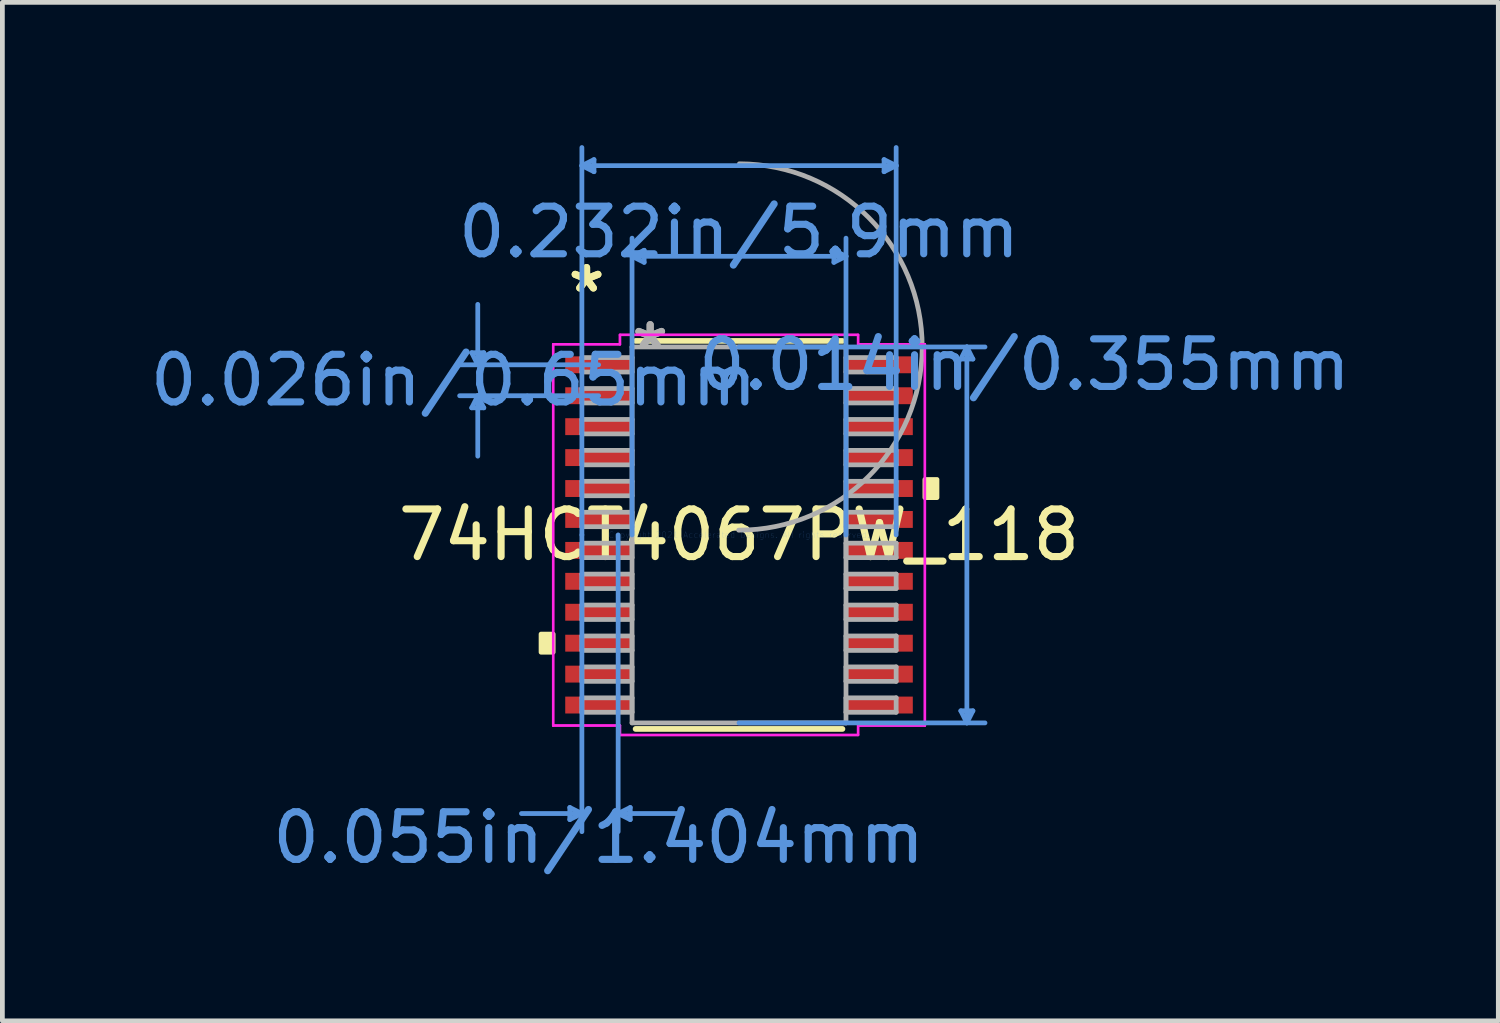
<source format=kicad_pcb>
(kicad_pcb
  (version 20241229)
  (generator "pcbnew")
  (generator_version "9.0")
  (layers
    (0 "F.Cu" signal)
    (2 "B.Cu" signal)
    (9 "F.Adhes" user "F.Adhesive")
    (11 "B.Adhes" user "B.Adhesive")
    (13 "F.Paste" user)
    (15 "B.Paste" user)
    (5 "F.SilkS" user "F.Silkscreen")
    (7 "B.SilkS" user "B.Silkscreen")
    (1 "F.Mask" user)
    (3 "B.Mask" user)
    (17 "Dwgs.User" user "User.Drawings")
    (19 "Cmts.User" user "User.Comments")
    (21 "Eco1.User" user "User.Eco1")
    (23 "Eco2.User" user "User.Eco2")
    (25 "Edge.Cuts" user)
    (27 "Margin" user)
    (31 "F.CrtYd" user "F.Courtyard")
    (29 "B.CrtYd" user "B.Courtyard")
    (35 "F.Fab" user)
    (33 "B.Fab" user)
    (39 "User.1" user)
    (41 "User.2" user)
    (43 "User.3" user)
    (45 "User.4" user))
  (footprint "74HCT4067PW_118"
    (layer "F.Cu")
    (at 12.48 8.191)
    (property "Reference" "74HCT4067PW_118" (at 0 0 0) (layer "F.SilkS") (effects (font (size 1 1) (thickness 0.15))))
    (attr through_hole)
    (fp_line (start -2.173 4.077) (end 2.173 4.077) (stroke (width 0.12) (type solid)) (layer "F.SilkS"))
    (fp_line (start 2.173 -4.077) (end -2.173 -4.077) (stroke (width 0.12) (type solid)) (layer "F.SilkS"))
    (fp_poly (pts (xy -4.16 2.084) (xy -4.16 2.465) (xy -3.906 2.465) (xy -3.906 2.084)) (stroke (width 0.1) (type solid)) (fill yes) (layer "F.SilkS"))
    (fp_poly (pts (xy 4.16 -1.165) (xy 4.16 -0.784) (xy 3.906 -0.784) (xy 3.906 -1.165)) (stroke (width 0.1) (type solid)) (fill yes) (layer "F.SilkS"))
    (fp_line (start -5.617 -3.829) (end -5.363 -3.829) (stroke (width 0.1) (type solid)) (layer "Cmts.User"))
    (fp_line (start -5.617 -2.671) (end -5.363 -2.671) (stroke (width 0.1) (type solid)) (layer "Cmts.User"))
    (fp_line (start -5.49 -3.575) (end -5.617 -3.829) (stroke (width 0.1) (type solid)) (layer "Cmts.User"))
    (fp_line (start -5.49 -3.575) (end -5.49 -4.845) (stroke (width 0.1) (type solid)) (layer "Cmts.User"))
    (fp_line (start -5.49 -3.575) (end -5.363 -3.829) (stroke (width 0.1) (type solid)) (layer "Cmts.User"))
    (fp_line (start -5.49 -2.925) (end -5.617 -2.671) (stroke (width 0.1) (type solid)) (layer "Cmts.User"))
    (fp_line (start -5.49 -2.925) (end -5.49 -1.655) (stroke (width 0.1) (type solid)) (layer "Cmts.User"))
    (fp_line (start -5.49 -2.925) (end -5.363 -2.671) (stroke (width 0.1) (type solid)) (layer "Cmts.User"))
    (fp_line (start -3.556 5.728) (end -3.556 5.982) (stroke (width 0.1) (type solid)) (layer "Cmts.User"))
    (fp_line (start -3.302 -7.76) (end -3.048 -7.887) (stroke (width 0.1) (type solid)) (layer "Cmts.User"))
    (fp_line (start -3.302 -7.76) (end -3.048 -7.633) (stroke (width 0.1) (type solid)) (layer "Cmts.User"))
    (fp_line (start -3.302 -7.76) (end 3.302 -7.76) (stroke (width 0.1) (type solid)) (layer "Cmts.User"))
    (fp_line (start -3.302 0) (end -3.302 -8.141) (stroke (width 0.1) (type solid)) (layer "Cmts.User"))
    (fp_line (start -3.302 0) (end -3.302 6.236) (stroke (width 0.1) (type solid)) (layer "Cmts.User"))
    (fp_line (start -3.302 5.855) (end -4.572 5.855) (stroke (width 0.1) (type solid)) (layer "Cmts.User"))
    (fp_line (start -3.302 5.855) (end -3.556 5.728) (stroke (width 0.1) (type solid)) (layer "Cmts.User"))
    (fp_line (start -3.302 5.855) (end -3.556 5.982) (stroke (width 0.1) (type solid)) (layer "Cmts.User"))
    (fp_line (start -3.048 -7.887) (end -3.048 -7.633) (stroke (width 0.1) (type solid)) (layer "Cmts.User"))
    (fp_line (start -2.95 -3.575) (end -5.871 -3.575) (stroke (width 0.1) (type solid)) (layer "Cmts.User"))
    (fp_line (start -2.95 -2.925) (end -5.871 -2.925) (stroke (width 0.1) (type solid)) (layer "Cmts.User"))
    (fp_line (start -2.54 0) (end -2.54 6.236) (stroke (width 0.1) (type solid)) (layer "Cmts.User"))
    (fp_line (start -2.54 5.855) (end -2.286 5.728) (stroke (width 0.1) (type solid)) (layer "Cmts.User"))
    (fp_line (start -2.54 5.855) (end -2.286 5.982) (stroke (width 0.1) (type solid)) (layer "Cmts.User"))
    (fp_line (start -2.54 5.855) (end -1.27 5.855) (stroke (width 0.1) (type solid)) (layer "Cmts.User"))
    (fp_line (start -2.286 5.728) (end -2.286 5.982) (stroke (width 0.1) (type solid)) (layer "Cmts.User"))
    (fp_line (start -2.248 -5.855) (end -1.994 -5.982) (stroke (width 0.1) (type solid)) (layer "Cmts.User"))
    (fp_line (start -2.248 -5.855) (end -1.994 -5.728) (stroke (width 0.1) (type solid)) (layer "Cmts.User"))
    (fp_line (start -2.248 -5.855) (end 2.248 -5.855) (stroke (width 0.1) (type solid)) (layer "Cmts.User"))
    (fp_line (start -2.248 0) (end -2.248 -6.236) (stroke (width 0.1) (type solid)) (layer "Cmts.User"))
    (fp_line (start -1.994 -5.982) (end -1.994 -5.728) (stroke (width 0.1) (type solid)) (layer "Cmts.User"))
    (fp_line (start 0 -3.95) (end 5.169 -3.95) (stroke (width 0.1) (type solid)) (layer "Cmts.User"))
    (fp_line (start 0 3.95) (end 5.169 3.95) (stroke (width 0.1) (type solid)) (layer "Cmts.User"))
    (fp_line (start 1.994 -5.982) (end 1.994 -5.728) (stroke (width 0.1) (type solid)) (layer "Cmts.User"))
    (fp_line (start 2.248 -5.855) (end 1.994 -5.982) (stroke (width 0.1) (type solid)) (layer "Cmts.User"))
    (fp_line (start 2.248 -5.855) (end 1.994 -5.728) (stroke (width 0.1) (type solid)) (layer "Cmts.User"))
    (fp_line (start 2.248 0) (end 2.248 -6.236) (stroke (width 0.1) (type solid)) (layer "Cmts.User"))
    (fp_line (start 3.048 -7.887) (end 3.048 -7.633) (stroke (width 0.1) (type solid)) (layer "Cmts.User"))
    (fp_line (start 3.302 -7.76) (end 3.048 -7.887) (stroke (width 0.1) (type solid)) (layer "Cmts.User"))
    (fp_line (start 3.302 -7.76) (end 3.048 -7.633) (stroke (width 0.1) (type solid)) (layer "Cmts.User"))
    (fp_line (start 3.302 0) (end 3.302 -8.141) (stroke (width 0.1) (type solid)) (layer "Cmts.User"))
    (fp_line (start 4.661 -3.696) (end 4.915 -3.696) (stroke (width 0.1) (type solid)) (layer "Cmts.User"))
    (fp_line (start 4.661 3.696) (end 4.915 3.696) (stroke (width 0.1) (type solid)) (layer "Cmts.User"))
    (fp_line (start 4.788 -3.95) (end 4.661 -3.696) (stroke (width 0.1) (type solid)) (layer "Cmts.User"))
    (fp_line (start 4.788 -3.95) (end 4.788 3.95) (stroke (width 0.1) (type solid)) (layer "Cmts.User"))
    (fp_line (start 4.788 -3.95) (end 4.915 -3.696) (stroke (width 0.1) (type solid)) (layer "Cmts.User"))
    (fp_line (start 4.788 3.95) (end 4.661 3.696) (stroke (width 0.1) (type solid)) (layer "Cmts.User"))
    (fp_line (start 4.788 3.95) (end 4.915 3.696) (stroke (width 0.1) (type solid)) (layer "Cmts.User"))
    (fp_line (start -3.906 -4.006) (end -2.502 -4.006) (stroke (width 0.05) (type solid)) (layer "F.CrtYd"))
    (fp_line (start -3.906 -4.006) (end -2.502 -4.006) (stroke (width 0.05) (type solid)) (layer "F.CrtYd"))
    (fp_line (start -3.906 4.006) (end -3.906 -4.006) (stroke (width 0.05) (type solid)) (layer "F.CrtYd"))
    (fp_line (start -3.906 4.006) (end -3.906 -4.006) (stroke (width 0.05) (type solid)) (layer "F.CrtYd"))
    (fp_line (start -3.906 4.006) (end -2.502 4.006) (stroke (width 0.05) (type solid)) (layer "F.CrtYd"))
    (fp_line (start -2.502 -4.204) (end 2.502 -4.204) (stroke (width 0.05) (type solid)) (layer "F.CrtYd"))
    (fp_line (start -2.502 -4.204) (end 2.502 -4.204) (stroke (width 0.05) (type solid)) (layer "F.CrtYd"))
    (fp_line (start -2.502 -4.006) (end -2.502 -4.204) (stroke (width 0.05) (type solid)) (layer "F.CrtYd"))
    (fp_line (start -2.502 -4.006) (end -2.502 -4.204) (stroke (width 0.05) (type solid)) (layer "F.CrtYd"))
    (fp_line (start -2.502 4.006) (end -3.906 4.006) (stroke (width 0.05) (type solid)) (layer "F.CrtYd"))
    (fp_line (start -2.502 4.204) (end -2.502 4.006) (stroke (width 0.05) (type solid)) (layer "F.CrtYd"))
    (fp_line (start -2.502 4.204) (end -2.502 4.006) (stroke (width 0.05) (type solid)) (layer "F.CrtYd"))
    (fp_line (start 2.502 -4.204) (end 2.502 -4.006) (stroke (width 0.05) (type solid)) (layer "F.CrtYd"))
    (fp_line (start 2.502 -4.204) (end 2.502 -4.006) (stroke (width 0.05) (type solid)) (layer "F.CrtYd"))
    (fp_line (start 2.502 -4.006) (end 3.906 -4.006) (stroke (width 0.05) (type solid)) (layer "F.CrtYd"))
    (fp_line (start 2.502 4.006) (end 2.502 4.204) (stroke (width 0.05) (type solid)) (layer "F.CrtYd"))
    (fp_line (start 2.502 4.006) (end 2.502 4.204) (stroke (width 0.05) (type solid)) (layer "F.CrtYd"))
    (fp_line (start 2.502 4.204) (end -2.502 4.204) (stroke (width 0.05) (type solid)) (layer "F.CrtYd"))
    (fp_line (start 2.502 4.204) (end -2.502 4.204) (stroke (width 0.05) (type solid)) (layer "F.CrtYd"))
    (fp_line (start 3.906 -4.006) (end 2.502 -4.006) (stroke (width 0.05) (type solid)) (layer "F.CrtYd"))
    (fp_line (start 3.906 -4.006) (end 3.906 4.006) (stroke (width 0.05) (type solid)) (layer "F.CrtYd"))
    (fp_line (start 3.906 -4.006) (end 3.906 4.006) (stroke (width 0.05) (type solid)) (layer "F.CrtYd"))
    (fp_line (start 3.906 4.006) (end 2.502 4.006) (stroke (width 0.05) (type solid)) (layer "F.CrtYd"))
    (fp_line (start 3.906 4.006) (end 2.502 4.006) (stroke (width 0.05) (type solid)) (layer "F.CrtYd"))
    (fp_line (start -3.302 -3.727) (end -3.302 -3.423) (stroke (width 0.1) (type solid)) (layer "F.Fab"))
    (fp_line (start -3.302 -3.423) (end -2.248 -3.423) (stroke (width 0.1) (type solid)) (layer "F.Fab"))
    (fp_line (start -3.302 -3.077) (end -3.302 -2.773) (stroke (width 0.1) (type solid)) (layer "F.Fab"))
    (fp_line (start -3.302 -2.773) (end -2.248 -2.773) (stroke (width 0.1) (type solid)) (layer "F.Fab"))
    (fp_line (start -3.302 -2.427) (end -3.302 -2.123) (stroke (width 0.1) (type solid)) (layer "F.Fab"))
    (fp_line (start -3.302 -2.123) (end -2.248 -2.123) (stroke (width 0.1) (type solid)) (layer "F.Fab"))
    (fp_line (start -3.302 -1.777) (end -3.302 -1.473) (stroke (width 0.1) (type solid)) (layer "F.Fab"))
    (fp_line (start -3.302 -1.473) (end -2.248 -1.473) (stroke (width 0.1) (type solid)) (layer "F.Fab"))
    (fp_line (start -3.302 -1.127) (end -3.302 -0.823) (stroke (width 0.1) (type solid)) (layer "F.Fab"))
    (fp_line (start -3.302 -0.823) (end -2.248 -0.823) (stroke (width 0.1) (type solid)) (layer "F.Fab"))
    (fp_line (start -3.302 -0.477) (end -3.302 -0.173) (stroke (width 0.1) (type solid)) (layer "F.Fab"))
    (fp_line (start -3.302 -0.173) (end -2.248 -0.173) (stroke (width 0.1) (type solid)) (layer "F.Fab"))
    (fp_line (start -3.302 0.173) (end -3.302 0.477) (stroke (width 0.1) (type solid)) (layer "F.Fab"))
    (fp_line (start -3.302 0.477) (end -2.248 0.477) (stroke (width 0.1) (type solid)) (layer "F.Fab"))
    (fp_line (start -3.302 0.823) (end -3.302 1.127) (stroke (width 0.1) (type solid)) (layer "F.Fab"))
    (fp_line (start -3.302 1.127) (end -2.248 1.127) (stroke (width 0.1) (type solid)) (layer "F.Fab"))
    (fp_line (start -3.302 1.473) (end -3.302 1.777) (stroke (width 0.1) (type solid)) (layer "F.Fab"))
    (fp_line (start -3.302 1.777) (end -2.248 1.777) (stroke (width 0.1) (type solid)) (layer "F.Fab"))
    (fp_line (start -3.302 2.123) (end -3.302 2.427) (stroke (width 0.1) (type solid)) (layer "F.Fab"))
    (fp_line (start -3.302 2.427) (end -2.248 2.427) (stroke (width 0.1) (type solid)) (layer "F.Fab"))
    (fp_line (start -3.302 2.773) (end -3.302 3.077) (stroke (width 0.1) (type solid)) (layer "F.Fab"))
    (fp_line (start -3.302 3.077) (end -2.248 3.077) (stroke (width 0.1) (type solid)) (layer "F.Fab"))
    (fp_line (start -3.302 3.423) (end -3.302 3.727) (stroke (width 0.1) (type solid)) (layer "F.Fab"))
    (fp_line (start -3.302 3.727) (end -2.248 3.727) (stroke (width 0.1) (type solid)) (layer "F.Fab"))
    (fp_line (start -2.248 -3.95) (end -2.248 3.95) (stroke (width 0.1) (type solid)) (layer "F.Fab"))
    (fp_line (start -2.248 -3.727) (end -3.302 -3.727) (stroke (width 0.1) (type solid)) (layer "F.Fab"))
    (fp_line (start -2.248 -3.423) (end -2.248 -3.727) (stroke (width 0.1) (type solid)) (layer "F.Fab"))
    (fp_line (start -2.248 -3.077) (end -3.302 -3.077) (stroke (width 0.1) (type solid)) (layer "F.Fab"))
    (fp_line (start -2.248 -2.773) (end -2.248 -3.077) (stroke (width 0.1) (type solid)) (layer "F.Fab"))
    (fp_line (start -2.248 -2.427) (end -3.302 -2.427) (stroke (width 0.1) (type solid)) (layer "F.Fab"))
    (fp_line (start -2.248 -2.123) (end -2.248 -2.427) (stroke (width 0.1) (type solid)) (layer "F.Fab"))
    (fp_line (start -2.248 -1.777) (end -3.302 -1.777) (stroke (width 0.1) (type solid)) (layer "F.Fab"))
    (fp_line (start -2.248 -1.473) (end -2.248 -1.777) (stroke (width 0.1) (type solid)) (layer "F.Fab"))
    (fp_line (start -2.248 -1.127) (end -3.302 -1.127) (stroke (width 0.1) (type solid)) (layer "F.Fab"))
    (fp_line (start -2.248 -0.823) (end -2.248 -1.127) (stroke (width 0.1) (type solid)) (layer "F.Fab"))
    (fp_line (start -2.248 -0.477) (end -3.302 -0.477) (stroke (width 0.1) (type solid)) (layer "F.Fab"))
    (fp_line (start -2.248 -0.173) (end -2.248 -0.477) (stroke (width 0.1) (type solid)) (layer "F.Fab"))
    (fp_line (start -2.248 0.173) (end -3.302 0.173) (stroke (width 0.1) (type solid)) (layer "F.Fab"))
    (fp_line (start -2.248 0.477) (end -2.248 0.173) (stroke (width 0.1) (type solid)) (layer "F.Fab"))
    (fp_line (start -2.248 0.823) (end -3.302 0.823) (stroke (width 0.1) (type solid)) (layer "F.Fab"))
    (fp_line (start -2.248 1.127) (end -2.248 0.823) (stroke (width 0.1) (type solid)) (layer "F.Fab"))
    (fp_line (start -2.248 1.473) (end -3.302 1.473) (stroke (width 0.1) (type solid)) (layer "F.Fab"))
    (fp_line (start -2.248 1.777) (end -2.248 1.473) (stroke (width 0.1) (type solid)) (layer "F.Fab"))
    (fp_line (start -2.248 2.123) (end -3.302 2.123) (stroke (width 0.1) (type solid)) (layer "F.Fab"))
    (fp_line (start -2.248 2.427) (end -2.248 2.123) (stroke (width 0.1) (type solid)) (layer "F.Fab"))
    (fp_line (start -2.248 2.773) (end -3.302 2.773) (stroke (width 0.1) (type solid)) (layer "F.Fab"))
    (fp_line (start -2.248 3.077) (end -2.248 2.773) (stroke (width 0.1) (type solid)) (layer "F.Fab"))
    (fp_line (start -2.248 3.423) (end -3.302 3.423) (stroke (width 0.1) (type solid)) (layer "F.Fab"))
    (fp_line (start -2.248 3.727) (end -2.248 3.423) (stroke (width 0.1) (type solid)) (layer "F.Fab"))
    (fp_line (start -2.248 3.95) (end 2.248 3.95) (stroke (width 0.1) (type solid)) (layer "F.Fab"))
    (fp_line (start 2.248 -3.95) (end -2.248 -3.95) (stroke (width 0.1) (type solid)) (layer "F.Fab"))
    (fp_line (start 2.248 -3.727) (end 2.248 -3.423) (stroke (width 0.1) (type solid)) (layer "F.Fab"))
    (fp_line (start 2.248 -3.423) (end 3.302 -3.423) (stroke (width 0.1) (type solid)) (layer "F.Fab"))
    (fp_line (start 2.248 -3.077) (end 2.248 -2.773) (stroke (width 0.1) (type solid)) (layer "F.Fab"))
    (fp_line (start 2.248 -2.773) (end 3.302 -2.773) (stroke (width 0.1) (type solid)) (layer "F.Fab"))
    (fp_line (start 2.248 -2.427) (end 2.248 -2.123) (stroke (width 0.1) (type solid)) (layer "F.Fab"))
    (fp_line (start 2.248 -2.123) (end 3.302 -2.123) (stroke (width 0.1) (type solid)) (layer "F.Fab"))
    (fp_line (start 2.248 -1.777) (end 2.248 -1.473) (stroke (width 0.1) (type solid)) (layer "F.Fab"))
    (fp_line (start 2.248 -1.473) (end 3.302 -1.473) (stroke (width 0.1) (type solid)) (layer "F.Fab"))
    (fp_line (start 2.248 -1.127) (end 2.248 -0.823) (stroke (width 0.1) (type solid)) (layer "F.Fab"))
    (fp_line (start 2.248 -0.823) (end 3.302 -0.823) (stroke (width 0.1) (type solid)) (layer "F.Fab"))
    (fp_line (start 2.248 -0.477) (end 2.248 -0.173) (stroke (width 0.1) (type solid)) (layer "F.Fab"))
    (fp_line (start 2.248 -0.173) (end 3.302 -0.173) (stroke (width 0.1) (type solid)) (layer "F.Fab"))
    (fp_line (start 2.248 0.173) (end 2.248 0.477) (stroke (width 0.1) (type solid)) (layer "F.Fab"))
    (fp_line (start 2.248 0.477) (end 3.302 0.477) (stroke (width 0.1) (type solid)) (layer "F.Fab"))
    (fp_line (start 2.248 0.823) (end 2.248 1.127) (stroke (width 0.1) (type solid)) (layer "F.Fab"))
    (fp_line (start 2.248 1.127) (end 3.302 1.127) (stroke (width 0.1) (type solid)) (layer "F.Fab"))
    (fp_line (start 2.248 1.473) (end 2.248 1.777) (stroke (width 0.1) (type solid)) (layer "F.Fab"))
    (fp_line (start 2.248 1.777) (end 3.302 1.777) (stroke (width 0.1) (type solid)) (layer "F.Fab"))
    (fp_line (start 2.248 2.123) (end 2.248 2.427) (stroke (width 0.1) (type solid)) (layer "F.Fab"))
    (fp_line (start 2.248 2.427) (end 3.302 2.427) (stroke (width 0.1) (type solid)) (layer "F.Fab"))
    (fp_line (start 2.248 2.773) (end 2.248 3.077) (stroke (width 0.1) (type solid)) (layer "F.Fab"))
    (fp_line (start 2.248 3.077) (end 3.302 3.077) (stroke (width 0.1) (type solid)) (layer "F.Fab"))
    (fp_line (start 2.248 3.423) (end 2.248 3.727) (stroke (width 0.1) (type solid)) (layer "F.Fab"))
    (fp_line (start 2.248 3.727) (end 3.302 3.727) (stroke (width 0.1) (type solid)) (layer "F.Fab"))
    (fp_line (start 2.248 3.95) (end 2.248 -3.95) (stroke (width 0.1) (type solid)) (layer "F.Fab"))
    (fp_line (start 3.302 -3.727) (end 2.248 -3.727) (stroke (width 0.1) (type solid)) (layer "F.Fab"))
    (fp_line (start 3.302 -3.423) (end 3.302 -3.727) (stroke (width 0.1) (type solid)) (layer "F.Fab"))
    (fp_line (start 3.302 -3.077) (end 2.248 -3.077) (stroke (width 0.1) (type solid)) (layer "F.Fab"))
    (fp_line (start 3.302 -2.773) (end 3.302 -3.077) (stroke (width 0.1) (type solid)) (layer "F.Fab"))
    (fp_line (start 3.302 -2.427) (end 2.248 -2.427) (stroke (width 0.1) (type solid)) (layer "F.Fab"))
    (fp_line (start 3.302 -2.123) (end 3.302 -2.427) (stroke (width 0.1) (type solid)) (layer "F.Fab"))
    (fp_line (start 3.302 -1.777) (end 2.248 -1.777) (stroke (width 0.1) (type solid)) (layer "F.Fab"))
    (fp_line (start 3.302 -1.473) (end 3.302 -1.777) (stroke (width 0.1) (type solid)) (layer "F.Fab"))
    (fp_line (start 3.302 -1.127) (end 2.248 -1.127) (stroke (width 0.1) (type solid)) (layer "F.Fab"))
    (fp_line (start 3.302 -0.823) (end 3.302 -1.127) (stroke (width 0.1) (type solid)) (layer "F.Fab"))
    (fp_line (start 3.302 -0.477) (end 2.248 -0.477) (stroke (width 0.1) (type solid)) (layer "F.Fab"))
    (fp_line (start 3.302 -0.173) (end 3.302 -0.477) (stroke (width 0.1) (type solid)) (layer "F.Fab"))
    (fp_line (start 3.302 0.173) (end 2.248 0.173) (stroke (width 0.1) (type solid)) (layer "F.Fab"))
    (fp_line (start 3.302 0.477) (end 3.302 0.173) (stroke (width 0.1) (type solid)) (layer "F.Fab"))
    (fp_line (start 3.302 0.823) (end 2.248 0.823) (stroke (width 0.1) (type solid)) (layer "F.Fab"))
    (fp_line (start 3.302 1.127) (end 3.302 0.823) (stroke (width 0.1) (type solid)) (layer "F.Fab"))
    (fp_line (start 3.302 1.473) (end 2.248 1.473) (stroke (width 0.1) (type solid)) (layer "F.Fab"))
    (fp_line (start 3.302 1.777) (end 3.302 1.473) (stroke (width 0.1) (type solid)) (layer "F.Fab"))
    (fp_line (start 3.302 2.123) (end 2.248 2.123) (stroke (width 0.1) (type solid)) (layer "F.Fab"))
    (fp_line (start 3.302 2.427) (end 3.302 2.123) (stroke (width 0.1) (type solid)) (layer "F.Fab"))
    (fp_line (start 3.302 2.773) (end 2.248 2.773) (stroke (width 0.1) (type solid)) (layer "F.Fab"))
    (fp_line (start 3.302 3.077) (end 3.302 2.773) (stroke (width 0.1) (type solid)) (layer "F.Fab"))
    (fp_line (start 3.302 3.423) (end 2.248 3.423) (stroke (width 0.1) (type solid)) (layer "F.Fab"))
    (fp_line (start 3.302 3.727) (end 3.302 3.423) (stroke (width 0.1) (type solid)) (layer "F.Fab"))
    (fp_arc (start 0.007742 -7.799078) (mid 3.849378 -3.941958) (end -0.007742 -0.100322) (stroke (width 0.1) (type solid)) (layer "F.Fab"))
    (fp_text user "*" (at -3.204 -5.073 0) (layer "F.SilkS") (effects (font (size 1 1) (thickness 0.15))))
    (fp_text user "*" (at -3.204 -5.073 0) (layer "F.SilkS") (effects (font (size 1 1) (thickness 0.15))))
    (fp_text user "Copyright 2021 Accelerated Designs. All rights reserved." (at 0 0 0) (layer "Cmts.User") (effects (font (size 0.127 0.127) (thickness 0.002))))
    (fp_text user "0.055in/1.404mm" (at -2.95 6.363 0) (layer "Cmts.User") (effects (font (size 1 1) (thickness 0.15))))
    (fp_text user "0.232in/5.9mm" (at 0 -6.363 0) (layer "Cmts.User") (effects (font (size 1 1) (thickness 0.15))))
    (fp_text user "0.014in/0.355mm" (at 5.998 -3.575 0) (layer "Cmts.User") (effects (font (size 1 1) (thickness 0.15))))
    (fp_text user "0.026in/0.65mm" (at -5.998 -3.25 0) (layer "Cmts.User") (effects (font (size 1 1) (thickness 0.15))))
    (fp_text user "*" (at -1.867 -3.873 0) (layer "F.Fab") (effects (font (size 1 1) (thickness 0.15))))
    (fp_text user "*" (at -1.867 -3.873 0) (layer "F.Fab") (effects (font (size 1 1) (thickness 0.15))))
    (pad "1" smd rect (at -2.95 -3.575) (size 1.404 0.355) (layers "F.Cu" "F.Mask" "F.Paste"))
    (pad "2" smd rect (at -2.95 -2.925) (size 1.404 0.355) (layers "F.Cu" "F.Mask" "F.Paste"))
    (pad "3" smd rect (at -2.95 -2.275) (size 1.404 0.355) (layers "F.Cu" "F.Mask" "F.Paste"))
    (pad "4" smd rect (at -2.95 -1.625) (size 1.404 0.355) (layers "F.Cu" "F.Mask" "F.Paste"))
    (pad "5" smd rect (at -2.95 -0.975) (size 1.404 0.355) (layers "F.Cu" "F.Mask" "F.Paste"))
    (pad "6" smd rect (at -2.95 -0.325) (size 1.404 0.355) (layers "F.Cu" "F.Mask" "F.Paste"))
    (pad "7" smd rect (at -2.95 0.325) (size 1.404 0.355) (layers "F.Cu" "F.Mask" "F.Paste"))
    (pad "8" smd rect (at -2.95 0.975) (size 1.404 0.355) (layers "F.Cu" "F.Mask" "F.Paste"))
    (pad "9" smd rect (at -2.95 1.625) (size 1.404 0.355) (layers "F.Cu" "F.Mask" "F.Paste"))
    (pad "10" smd rect (at -2.95 2.275) (size 1.404 0.355) (layers "F.Cu" "F.Mask" "F.Paste"))
    (pad "11" smd rect (at -2.95 2.925) (size 1.404 0.355) (layers "F.Cu" "F.Mask" "F.Paste"))
    (pad "12" smd rect (at -2.95 3.575) (size 1.404 0.355) (layers "F.Cu" "F.Mask" "F.Paste"))
    (pad "13" smd rect (at 2.95 3.575) (size 1.404 0.355) (layers "F.Cu" "F.Mask" "F.Paste"))
    (pad "14" smd rect (at 2.95 2.925) (size 1.404 0.355) (layers "F.Cu" "F.Mask" "F.Paste"))
    (pad "15" smd rect (at 2.95 2.275) (size 1.404 0.355) (layers "F.Cu" "F.Mask" "F.Paste"))
    (pad "16" smd rect (at 2.95 1.625) (size 1.404 0.355) (layers "F.Cu" "F.Mask" "F.Paste"))
    (pad "17" smd rect (at 2.95 0.975) (size 1.404 0.355) (layers "F.Cu" "F.Mask" "F.Paste"))
    (pad "18" smd rect (at 2.95 0.325) (size 1.404 0.355) (layers "F.Cu" "F.Mask" "F.Paste"))
    (pad "19" smd rect (at 2.95 -0.325) (size 1.404 0.355) (layers "F.Cu" "F.Mask" "F.Paste"))
    (pad "20" smd rect (at 2.95 -0.975) (size 1.404 0.355) (layers "F.Cu" "F.Mask" "F.Paste"))
    (pad "21" smd rect (at 2.95 -1.625) (size 1.404 0.355) (layers "F.Cu" "F.Mask" "F.Paste"))
    (pad "22" smd rect (at 2.95 -2.275) (size 1.404 0.355) (layers "F.Cu" "F.Mask" "F.Paste"))
    (pad "23" smd rect (at 2.95 -2.925) (size 1.404 0.355) (layers "F.Cu" "F.Mask" "F.Paste"))
    (pad "24" smd rect (at 2.95 -3.575) (size 1.404 0.355) (layers "F.Cu" "F.Mask" "F.Paste")))
  (gr_rect
    (start -3 -3)
    (end 28.436 18.402)
    (stroke (width 0.1) (type default))
    (fill no)
    (layer "Edge.Cuts")))
</source>
